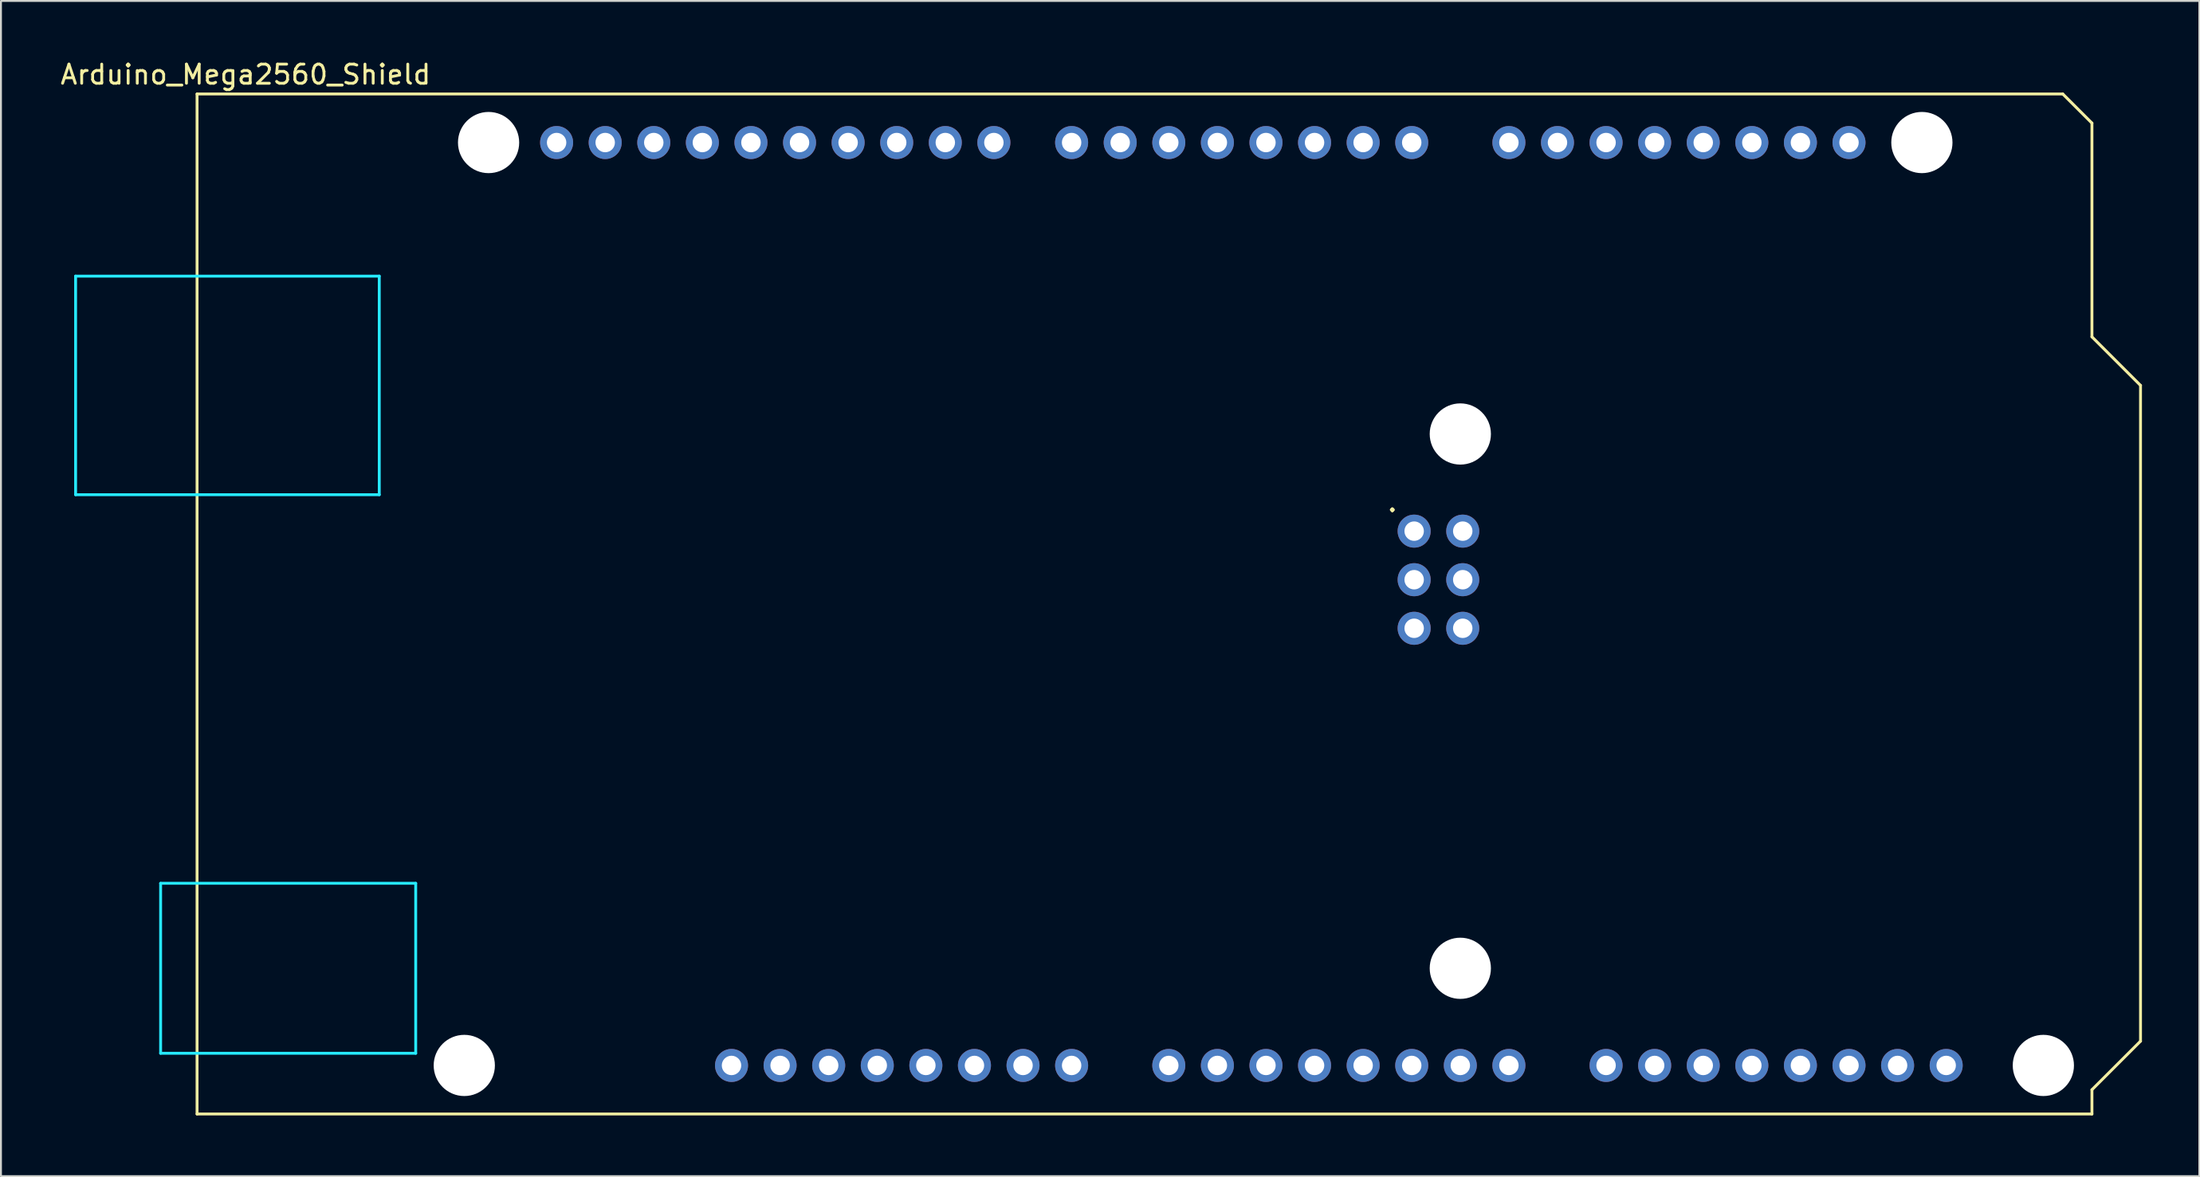
<source format=kicad_pcb>
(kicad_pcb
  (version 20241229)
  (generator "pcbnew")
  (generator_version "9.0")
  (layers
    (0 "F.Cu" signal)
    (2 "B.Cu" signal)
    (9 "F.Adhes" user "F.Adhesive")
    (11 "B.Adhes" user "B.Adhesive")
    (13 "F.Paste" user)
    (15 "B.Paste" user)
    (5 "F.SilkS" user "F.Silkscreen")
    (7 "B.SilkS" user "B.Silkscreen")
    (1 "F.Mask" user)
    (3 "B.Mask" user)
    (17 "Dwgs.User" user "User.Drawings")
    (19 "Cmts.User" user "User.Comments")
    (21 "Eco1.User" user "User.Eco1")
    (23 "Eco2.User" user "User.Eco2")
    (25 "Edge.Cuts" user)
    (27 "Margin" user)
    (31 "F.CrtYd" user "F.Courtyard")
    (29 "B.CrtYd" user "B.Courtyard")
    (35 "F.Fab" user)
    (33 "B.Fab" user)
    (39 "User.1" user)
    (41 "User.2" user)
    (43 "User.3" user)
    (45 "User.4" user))
  (footprint "Arduino_Mega2560_Shield"
    (layer "F.Cu")
    (at 7.252 55.204)
    (property "Reference" "Arduino_Mega2560_Shield" (at 2.54 -54.356 0) (layer "F.SilkS") (effects (font (size 1 1) (thickness 0.15))))
    (attr through_hole)
    (fp_line (start 0 -53.34) (end 0 0) (stroke (width 0.15) (type solid)) (layer "F.SilkS"))
    (fp_line (start 0 -53.34) (end 97.536 -53.34) (stroke (width 0.15) (type solid)) (layer "F.SilkS"))
    (fp_line (start 0 0) (end 99.06 0) (stroke (width 0.15) (type solid)) (layer "F.SilkS"))
    (fp_line (start 97.536 -53.34) (end 99.06 -51.816) (stroke (width 0.15) (type solid)) (layer "F.SilkS"))
    (fp_line (start 99.06 -40.64) (end 99.06 -51.816) (stroke (width 0.15) (type solid)) (layer "F.SilkS"))
    (fp_line (start 99.06 -1.27) (end 101.6 -3.81) (stroke (width 0.15) (type solid)) (layer "F.SilkS"))
    (fp_line (start 99.06 0) (end 99.06 -1.27) (stroke (width 0.15) (type solid)) (layer "F.SilkS"))
    (fp_line (start 101.6 -38.1) (end 99.06 -40.64) (stroke (width 0.15) (type solid)) (layer "F.SilkS"))
    (fp_line (start 101.6 -3.81) (end 101.6 -38.1) (stroke (width 0.15) (type solid)) (layer "F.SilkS"))
    (fp_line (start -6.35 -43.815) (end -6.35 -32.385) (stroke (width 0.15) (type solid)) (layer "B.CrtYd"))
    (fp_line (start -1.905 -12.065) (end -1.905 -3.175) (stroke (width 0.15) (type solid)) (layer "B.CrtYd"))
    (fp_line (start -1.905 -12.065) (end 11.43 -12.065) (stroke (width 0.15) (type solid)) (layer "B.CrtYd"))
    (fp_line (start -1.905 -3.175) (end 11.43 -3.175) (stroke (width 0.15) (type solid)) (layer "B.CrtYd"))
    (fp_line (start 9.525 -43.815) (end -6.35 -43.815) (stroke (width 0.15) (type solid)) (layer "B.CrtYd"))
    (fp_line (start 9.525 -43.815) (end 9.525 -32.385) (stroke (width 0.15) (type solid)) (layer "B.CrtYd"))
    (fp_line (start 9.525 -32.385) (end -6.35 -32.385) (stroke (width 0.15) (type solid)) (layer "B.CrtYd"))
    (fp_line (start 11.43 -12.065) (end 11.43 -3.175) (stroke (width 0.15) (type solid)) (layer "B.CrtYd"))
    (fp_text user "." (at 62.484 -32.004 0) (layer "F.SilkS") (effects (font (size 1 1) (thickness 0.15))))
    (pad "" np_thru_hole circle (at 13.97 -2.54) (size 3.2 3.2) (drill 3.2) (layers "*.Cu" "*.Mask"))
    (pad "" np_thru_hole circle (at 15.24 -50.8) (size 3.2 3.2) (drill 3.2) (layers "*.Cu" "*.Mask"))
    (pad "" thru_hole oval (at 27.94 -2.54) (size 1.727 1.727) (drill 1.016) (layers "*.Cu" "*.Mask"))
    (pad "" np_thru_hole circle (at 66.04 -35.56) (size 3.2 3.2) (drill 3.2) (layers "*.Cu" "*.Mask"))
    (pad "" np_thru_hole circle (at 66.04 -7.62) (size 3.2 3.2) (drill 3.2) (layers "*.Cu" "*.Mask"))
    (pad "" np_thru_hole circle (at 90.17 -50.8) (size 3.2 3.2) (drill 3.2) (layers "*.Cu" "*.Mask"))
    (pad "" np_thru_hole circle (at 96.52 -2.54) (size 3.2 3.2) (drill 3.2) (layers "*.Cu" "*.Mask"))
    (pad "3V3" thru_hole oval (at 35.56 -2.54) (size 1.727 1.727) (drill 1.016) (layers "*.Cu" "*.Mask"))
    (pad "5V1" thru_hole oval (at 38.1 -2.54) (size 1.727 1.727) (drill 1.016) (layers "*.Cu" "*.Mask"))
    (pad "5V2" thru_hole oval (at 66.167 -30.48) (size 1.727 1.727) (drill 1.016) (layers "*.Cu" "*.Mask"))
    (pad "A0" thru_hole oval (at 50.8 -2.54) (size 1.727 1.727) (drill 1.016) (layers "*.Cu" "*.Mask"))
    (pad "A1" thru_hole oval (at 53.34 -2.54) (size 1.727 1.727) (drill 1.016) (layers "*.Cu" "*.Mask"))
    (pad "A2" thru_hole oval (at 55.88 -2.54) (size 1.727 1.727) (drill 1.016) (layers "*.Cu" "*.Mask"))
    (pad "A3" thru_hole oval (at 58.42 -2.54) (size 1.727 1.727) (drill 1.016) (layers "*.Cu" "*.Mask"))
    (pad "A4" thru_hole oval (at 60.96 -2.54) (size 1.727 1.727) (drill 1.016) (layers "*.Cu" "*.Mask"))
    (pad "A5" thru_hole oval (at 63.5 -2.54) (size 1.727 1.727) (drill 1.016) (layers "*.Cu" "*.Mask"))
    (pad "A6" thru_hole oval (at 66.04 -2.54) (size 1.727 1.727) (drill 1.016) (layers "*.Cu" "*.Mask"))
    (pad "A7" thru_hole oval (at 68.58 -2.54) (size 1.727 1.727) (drill 1.016) (layers "*.Cu" "*.Mask"))
    (pad "A8" thru_hole oval (at 73.66 -2.54) (size 1.727 1.727) (drill 1.016) (layers "*.Cu" "*.Mask"))
    (pad "A9" thru_hole oval (at 76.2 -2.54) (size 1.727 1.727) (drill 1.016) (layers "*.Cu" "*.Mask"))
    (pad "A10" thru_hole oval (at 78.74 -2.54) (size 1.727 1.727) (drill 1.016) (layers "*.Cu" "*.Mask"))
    (pad "A11" thru_hole oval (at 81.28 -2.54) (size 1.727 1.727) (drill 1.016) (layers "*.Cu" "*.Mask"))
    (pad "A12" thru_hole oval (at 83.82 -2.54) (size 1.727 1.727) (drill 1.016) (layers "*.Cu" "*.Mask"))
    (pad "A13" thru_hole oval (at 86.36 -2.54) (size 1.727 1.727) (drill 1.016) (layers "*.Cu" "*.Mask"))
    (pad "A14" thru_hole oval (at 88.9 -2.54) (size 1.727 1.727) (drill 1.016) (layers "*.Cu" "*.Mask"))
    (pad "A15" thru_hole oval (at 91.44 -2.54) (size 1.727 1.727) (drill 1.016) (layers "*.Cu" "*.Mask"))
    (pad "AREF" thru_hole oval (at 23.876 -50.8) (size 1.727 1.727) (drill 1.016) (layers "*.Cu" "*.Mask"))
    (pad "D0" thru_hole oval (at 63.5 -50.8) (size 1.727 1.727) (drill 1.016) (layers "*.Cu" "*.Mask"))
    (pad "D1" thru_hole oval (at 60.96 -50.8) (size 1.727 1.727) (drill 1.016) (layers "*.Cu" "*.Mask"))
    (pad "D2" thru_hole oval (at 58.42 -50.8) (size 1.727 1.727) (drill 1.016) (layers "*.Cu" "*.Mask"))
    (pad "D3" thru_hole oval (at 55.88 -50.8) (size 1.727 1.727) (drill 1.016) (layers "*.Cu" "*.Mask"))
    (pad "D4" thru_hole oval (at 53.34 -50.8) (size 1.727 1.727) (drill 1.016) (layers "*.Cu" "*.Mask"))
    (pad "D5" thru_hole oval (at 50.8 -50.8) (size 1.727 1.727) (drill 1.016) (layers "*.Cu" "*.Mask"))
    (pad "D6" thru_hole oval (at 48.26 -50.8) (size 1.727 1.727) (drill 1.016) (layers "*.Cu" "*.Mask"))
    (pad "D7" thru_hole oval (at 45.72 -50.8) (size 1.727 1.727) (drill 1.016) (layers "*.Cu" "*.Mask"))
    (pad "D8" thru_hole oval (at 41.656 -50.8) (size 1.727 1.727) (drill 1.016) (layers "*.Cu" "*.Mask"))
    (pad "D9" thru_hole oval (at 39.116 -50.8) (size 1.727 1.727) (drill 1.016) (layers "*.Cu" "*.Mask"))
    (pad "D10" thru_hole oval (at 36.576 -50.8) (size 1.727 1.727) (drill 1.016) (layers "*.Cu" "*.Mask"))
    (pad "D11" thru_hole oval (at 34.036 -50.8) (size 1.727 1.727) (drill 1.016) (layers "*.Cu" "*.Mask"))
    (pad "D12" thru_hole oval (at 31.496 -50.8) (size 1.727 1.727) (drill 1.016) (layers "*.Cu" "*.Mask"))
    (pad "D13" thru_hole oval (at 28.956 -50.8) (size 1.727 1.727) (drill 1.016) (layers "*.Cu" "*.Mask"))
    (pad "D14" thru_hole oval (at 68.58 -50.8) (size 1.727 1.727) (drill 1.016) (layers "*.Cu" "*.Mask"))
    (pad "D15" thru_hole oval (at 71.12 -50.8) (size 1.727 1.727) (drill 1.016) (layers "*.Cu" "*.Mask"))
    (pad "D16" thru_hole oval (at 73.66 -50.8) (size 1.727 1.727) (drill 1.016) (layers "*.Cu" "*.Mask"))
    (pad "D17" thru_hole oval (at 76.2 -50.8) (size 1.727 1.727) (drill 1.016) (layers "*.Cu" "*.Mask"))
    (pad "D18" thru_hole oval (at 78.74 -50.8) (size 1.727 1.727) (drill 1.016) (layers "*.Cu" "*.Mask"))
    (pad "D19" thru_hole oval (at 81.28 -50.8) (size 1.727 1.727) (drill 1.016) (layers "*.Cu" "*.Mask"))
    (pad "D20" thru_hole oval (at 83.82 -50.8) (size 1.727 1.727) (drill 1.016) (layers "*.Cu" "*.Mask"))
    (pad "D21" thru_hole oval (at 86.36 -50.8) (size 1.727 1.727) (drill 1.016) (layers "*.Cu" "*.Mask"))
    (pad "GND1" thru_hole oval (at 26.416 -50.8) (size 1.727 1.727) (drill 1.016) (layers "*.Cu" "*.Mask"))
    (pad "GND2" thru_hole oval (at 40.64 -2.54) (size 1.727 1.727) (drill 1.016) (layers "*.Cu" "*.Mask"))
    (pad "GND3" thru_hole oval (at 43.18 -2.54) (size 1.727 1.727) (drill 1.016) (layers "*.Cu" "*.Mask"))
    (pad "GND4" thru_hole oval (at 66.167 -25.4) (size 1.727 1.727) (drill 1.016) (layers "*.Cu" "*.Mask"))
    (pad "IORF" thru_hole oval (at 30.48 -2.54) (size 1.727 1.727) (drill 1.016) (layers "*.Cu" "*.Mask"))
    (pad "MISO" thru_hole oval (at 63.627 -30.48) (size 1.727 1.727) (drill 1.016) (layers "*.Cu" "*.Mask"))
    (pad "MOSI" thru_hole oval (at 66.167 -27.94) (size 1.727 1.727) (drill 1.016) (layers "*.Cu" "*.Mask"))
    (pad "RST1" thru_hole oval (at 33.02 -2.54) (size 1.727 1.727) (drill 1.016) (layers "*.Cu" "*.Mask"))
    (pad "RST2" thru_hole oval (at 63.627 -25.4) (size 1.727 1.727) (drill 1.016) (layers "*.Cu" "*.Mask"))
    (pad "SCK" thru_hole oval (at 63.627 -27.94) (size 1.727 1.727) (drill 1.016) (layers "*.Cu" "*.Mask"))
    (pad "SCL" thru_hole oval (at 18.796 -50.8) (size 1.727 1.727) (drill 1.016) (layers "*.Cu" "*.Mask"))
    (pad "SDA" thru_hole oval (at 21.336 -50.8) (size 1.727 1.727) (drill 1.016) (layers "*.Cu" "*.Mask"))
    (pad "VIN" thru_hole oval (at 45.72 -2.54) (size 1.727 1.727) (drill 1.016) (layers "*.Cu" "*.Mask")))
  (gr_rect
    (start -3 -3)
    (end 111.927 58.454)
    (stroke (width 0.1) (type default))
    (fill no)
    (layer "Edge.Cuts")))
</source>
